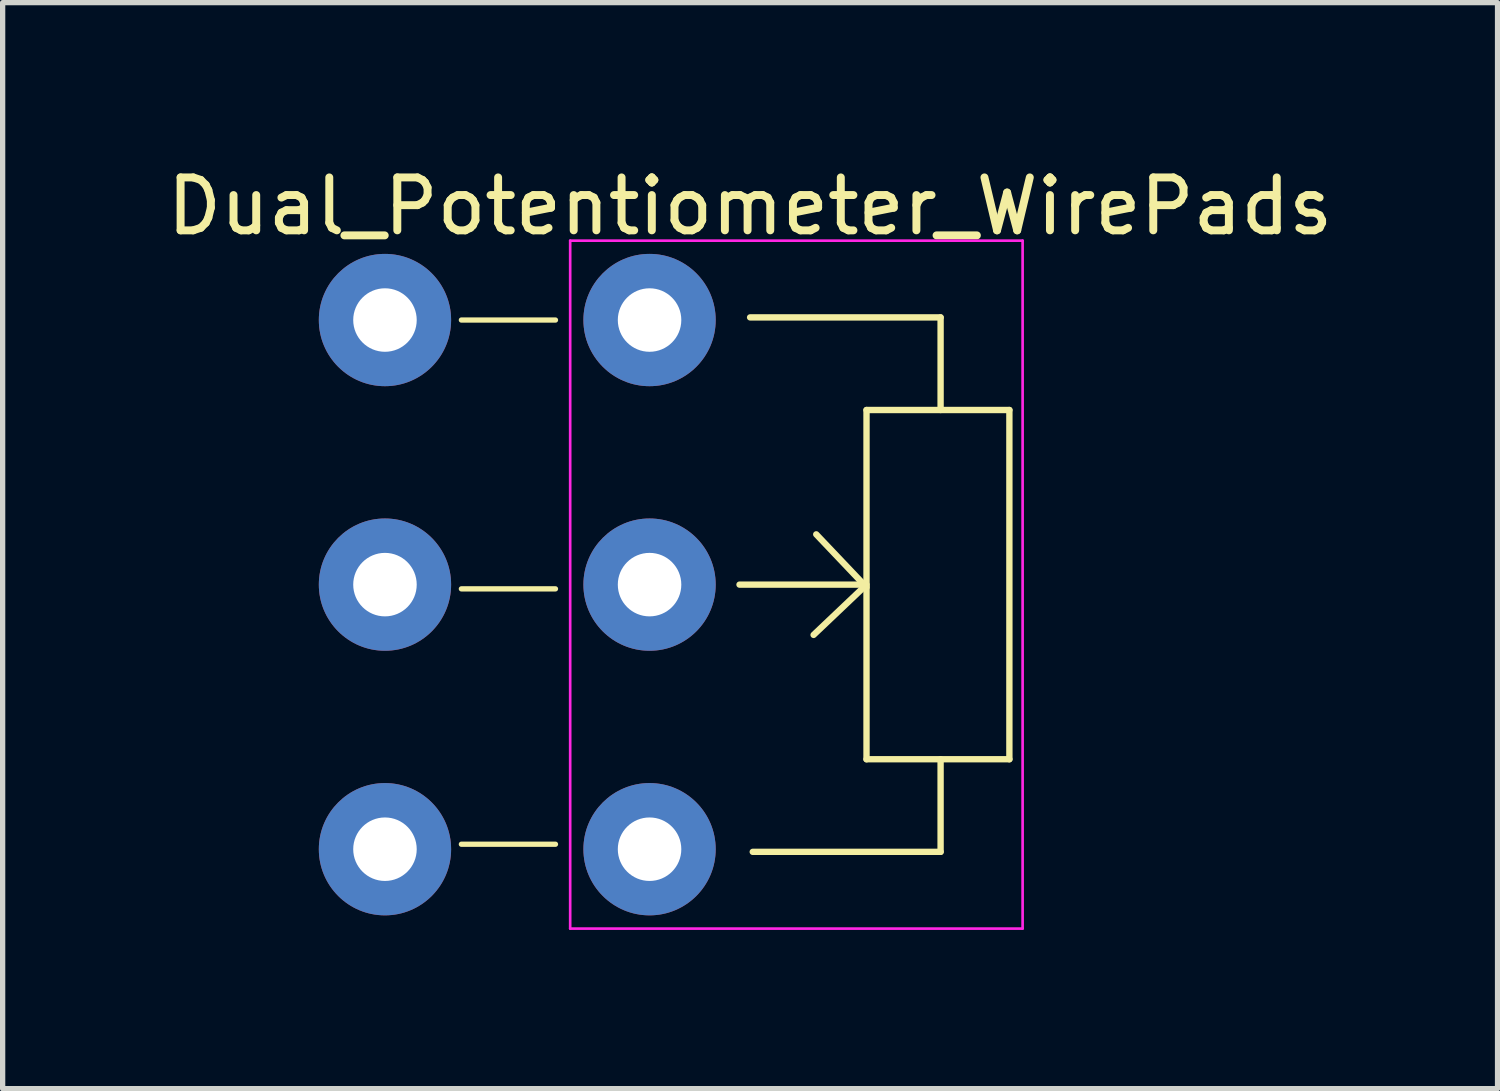
<source format=kicad_pcb>
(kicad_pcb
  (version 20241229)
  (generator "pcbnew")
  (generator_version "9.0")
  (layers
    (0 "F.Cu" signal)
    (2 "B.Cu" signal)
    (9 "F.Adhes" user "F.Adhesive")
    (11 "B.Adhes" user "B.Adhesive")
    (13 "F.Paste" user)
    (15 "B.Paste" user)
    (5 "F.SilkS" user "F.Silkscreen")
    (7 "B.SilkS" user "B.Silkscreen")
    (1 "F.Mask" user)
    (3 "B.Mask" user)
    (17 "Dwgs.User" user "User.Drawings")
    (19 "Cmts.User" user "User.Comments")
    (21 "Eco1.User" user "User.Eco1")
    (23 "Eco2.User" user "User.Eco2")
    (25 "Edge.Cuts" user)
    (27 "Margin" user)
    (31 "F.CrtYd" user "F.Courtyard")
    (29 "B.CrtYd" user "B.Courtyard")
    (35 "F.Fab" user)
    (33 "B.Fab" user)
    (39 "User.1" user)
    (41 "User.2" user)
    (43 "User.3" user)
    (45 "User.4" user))
  (footprint "Dual_Potentiometer_WirePads"
    (layer "F.Cu")
    (at 9.225 2.998)
    (property "Reference" "Dual_Potentiometer_WirePads" (at 1.9 -2.15 0) (layer "F.SilkS") (effects (font (size 1 1) (thickness 0.15))))
    (attr through_hole)
    (fp_line (start -1.778 0) (end -3.556 0) (stroke (width 0.1) (type solid)) (layer "F.SilkS"))
    (fp_line (start -1.778 5.08) (end -3.556 5.08) (stroke (width 0.1) (type solid)) (layer "F.SilkS"))
    (fp_line (start -1.778 9.906) (end -3.556 9.906) (stroke (width 0.1) (type solid)) (layer "F.SilkS"))
    (fp_line (start 4.05 5) (end 1.7 5) (stroke (width 0.12) (type solid)) (layer "F.SilkS"))
    (fp_line (start 4.1 1.7) (end 6.8 1.7) (stroke (width 0.12) (type solid)) (layer "F.SilkS"))
    (fp_line (start 4.1 5) (end 3.1 5.95) (stroke (width 0.12) (type solid)) (layer "F.SilkS"))
    (fp_line (start 4.1 5.05) (end 3.15 4.05) (stroke (width 0.12) (type solid)) (layer "F.SilkS"))
    (fp_line (start 4.1 8.3) (end 4.1 1.7) (stroke (width 0.12) (type solid)) (layer "F.SilkS"))
    (fp_line (start 5.5 -0.05) (end 1.9 -0.05) (stroke (width 0.12) (type solid)) (layer "F.SilkS"))
    (fp_line (start 5.5 1.7) (end 5.5 -0.05) (stroke (width 0.12) (type solid)) (layer "F.SilkS"))
    (fp_line (start 5.5 8.3) (end 5.5 10.05) (stroke (width 0.12) (type solid)) (layer "F.SilkS"))
    (fp_line (start 5.5 10.05) (end 1.95 10.05) (stroke (width 0.12) (type solid)) (layer "F.SilkS"))
    (fp_line (start 6.8 1.7) (end 6.8 8.3) (stroke (width 0.12) (type solid)) (layer "F.SilkS"))
    (fp_line (start 6.8 8.3) (end 4.1 8.3) (stroke (width 0.12) (type solid)) (layer "F.SilkS"))
    (fp_line (start -1.5 -1.5) (end -1.5 11.5) (stroke (width 0.05) (type solid)) (layer "F.CrtYd"))
    (fp_line (start -1.5 -1.5) (end 7.05 -1.5) (stroke (width 0.05) (type solid)) (layer "F.CrtYd"))
    (fp_line (start 7.05 11.5) (end -1.5 11.5) (stroke (width 0.05) (type solid)) (layer "F.CrtYd"))
    (fp_line (start 7.05 11.5) (end 7.05 -1.5) (stroke (width 0.05) (type solid)) (layer "F.CrtYd"))
    (pad "1" thru_hole circle (at 0 0) (size 2.5 2.5) (drill 1.2) (layers "*.Cu" "*.Mask"))
    (pad "2" thru_hole circle (at 0 5) (size 2.5 2.5) (drill 1.2) (layers "*.Cu" "*.Mask"))
    (pad "3" thru_hole circle (at 0 10) (size 2.5 2.5) (drill 1.2) (layers "*.Cu" "*.Mask"))
    (pad "4" thru_hole circle (at -5 0) (size 2.5 2.5) (drill 1.2) (layers "*.Cu" "*.Mask"))
    (pad "5" thru_hole circle (at -5 5) (size 2.5 2.5) (drill 1.2) (layers "*.Cu" "*.Mask"))
    (pad "6" thru_hole circle (at -5 10) (size 2.5 2.5) (drill 1.2) (layers "*.Cu" "*.Mask")))
  (gr_rect
    (start -3 -3)
    (end 25.25 17.523)
    (stroke (width 0.1) (type default))
    (fill no)
    (layer "Edge.Cuts")))
</source>
